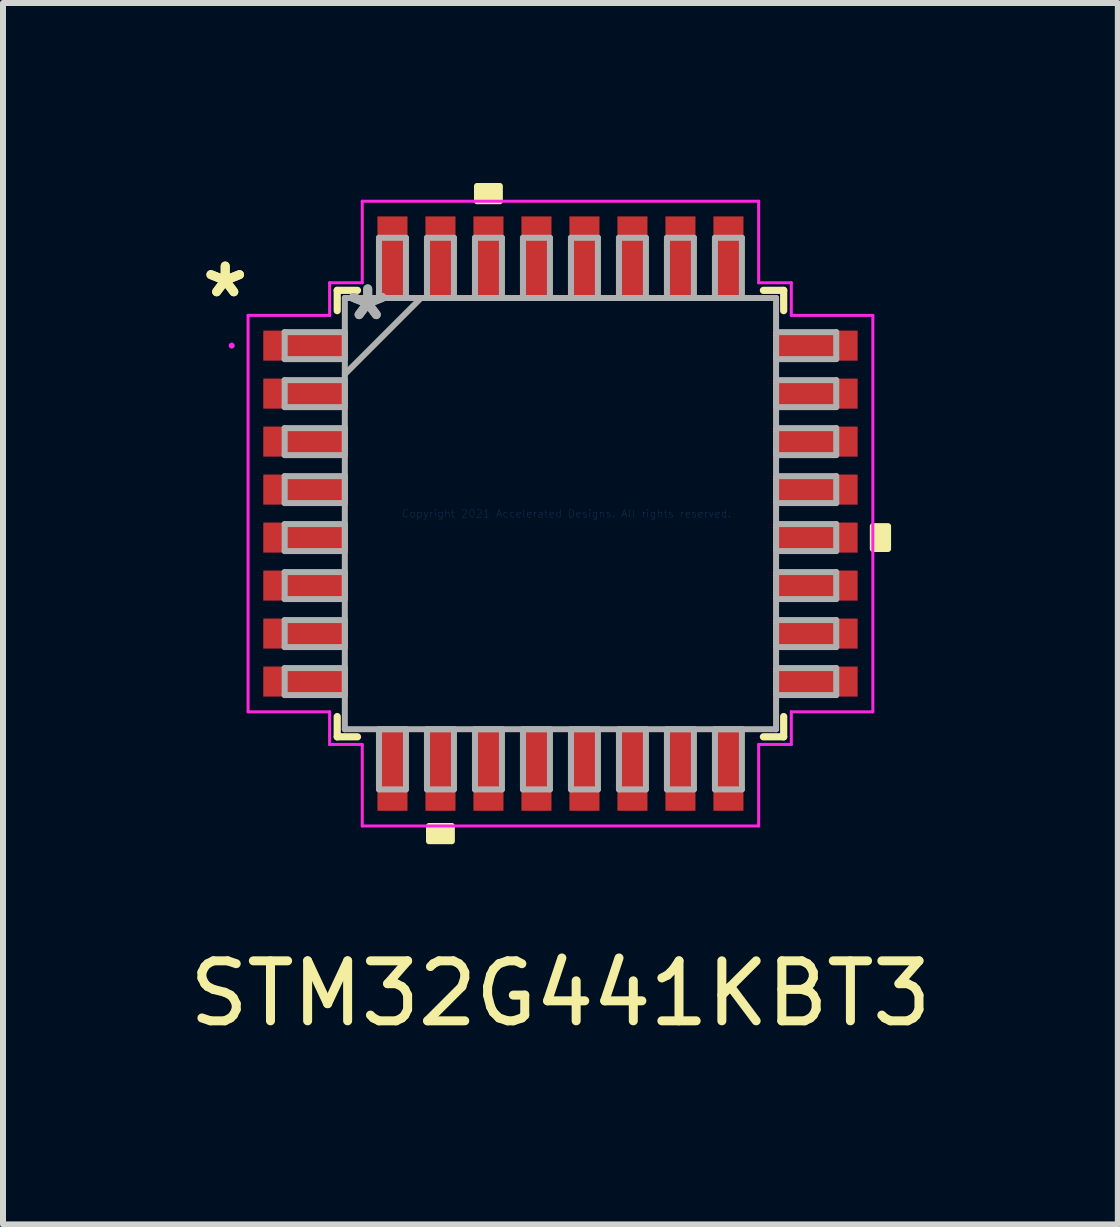
<source format=kicad_pcb>
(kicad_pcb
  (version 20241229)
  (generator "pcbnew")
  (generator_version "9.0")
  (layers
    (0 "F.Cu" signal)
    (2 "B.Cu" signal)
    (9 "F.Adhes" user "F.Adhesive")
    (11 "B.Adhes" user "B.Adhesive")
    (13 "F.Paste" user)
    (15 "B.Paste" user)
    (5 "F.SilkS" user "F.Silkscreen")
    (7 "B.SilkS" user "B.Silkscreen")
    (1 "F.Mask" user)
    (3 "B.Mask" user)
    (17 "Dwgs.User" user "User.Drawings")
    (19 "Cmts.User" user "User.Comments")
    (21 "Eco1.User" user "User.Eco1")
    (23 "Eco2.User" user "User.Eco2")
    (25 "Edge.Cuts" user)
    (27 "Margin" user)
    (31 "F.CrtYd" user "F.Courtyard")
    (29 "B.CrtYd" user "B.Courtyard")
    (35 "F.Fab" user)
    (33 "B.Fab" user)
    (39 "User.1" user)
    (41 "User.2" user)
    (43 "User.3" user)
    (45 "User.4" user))
  (footprint "STM32G441KBT3"
    (layer "F.Cu")
    (at 6.292 5.511)
    (property "Reference" "STM32G441KBT3" (at 0 8 0) (layer "F.SilkS") (effects (font (size 1 1) (thickness 0.15))))
    (attr through_hole)
    (fp_line (start -3.721 -3.721) (end -3.721 -3.383) (stroke (width 0.12) (type solid)) (layer "F.SilkS"))
    (fp_line (start -3.721 3.383) (end -3.721 3.721) (stroke (width 0.12) (type solid)) (layer "F.SilkS"))
    (fp_line (start -3.721 3.721) (end -3.383 3.721) (stroke (width 0.12) (type solid)) (layer "F.SilkS"))
    (fp_line (start -3.383 -3.721) (end -3.721 -3.721) (stroke (width 0.12) (type solid)) (layer "F.SilkS"))
    (fp_line (start 3.383 3.721) (end 3.721 3.721) (stroke (width 0.12) (type solid)) (layer "F.SilkS"))
    (fp_line (start 3.721 -3.721) (end 3.383 -3.721) (stroke (width 0.12) (type solid)) (layer "F.SilkS"))
    (fp_line (start 3.721 -3.383) (end 3.721 -3.721) (stroke (width 0.12) (type solid)) (layer "F.SilkS"))
    (fp_line (start 3.721 3.721) (end 3.721 3.383) (stroke (width 0.12) (type solid)) (layer "F.SilkS"))
    (fp_poly (pts (xy -2.191 5.207) (xy -2.191 5.461) (xy -1.81 5.461) (xy -1.81 5.207)) (stroke (width 0.1) (type solid)) (fill yes) (layer "F.SilkS"))
    (fp_poly (pts (xy -1.391 -5.207) (xy -1.391 -5.461) (xy -1.01 -5.461) (xy -1.01 -5.207)) (stroke (width 0.1) (type solid)) (fill yes) (layer "F.SilkS"))
    (fp_poly (pts (xy 5.461 0.209) (xy 5.461 0.59) (xy 5.207 0.59) (xy 5.207 0.209)) (stroke (width 0.1) (type solid)) (fill yes) (layer "F.SilkS"))
    (fp_line (start -5.207 -3.304) (end -3.848 -3.304) (stroke (width 0.05) (type solid)) (layer "F.CrtYd"))
    (fp_line (start -5.207 3.304) (end -5.207 -3.304) (stroke (width 0.05) (type solid)) (layer "F.CrtYd"))
    (fp_line (start -3.848 -3.848) (end -3.304 -3.848) (stroke (width 0.05) (type solid)) (layer "F.CrtYd"))
    (fp_line (start -3.848 -3.304) (end -3.848 -3.848) (stroke (width 0.05) (type solid)) (layer "F.CrtYd"))
    (fp_line (start -3.848 3.304) (end -5.207 3.304) (stroke (width 0.05) (type solid)) (layer "F.CrtYd"))
    (fp_line (start -3.848 3.848) (end -3.848 3.304) (stroke (width 0.05) (type solid)) (layer "F.CrtYd"))
    (fp_line (start -3.304 -5.207) (end 3.304 -5.207) (stroke (width 0.05) (type solid)) (layer "F.CrtYd"))
    (fp_line (start -3.304 -3.848) (end -3.304 -5.207) (stroke (width 0.05) (type solid)) (layer "F.CrtYd"))
    (fp_line (start -3.304 3.848) (end -3.848 3.848) (stroke (width 0.05) (type solid)) (layer "F.CrtYd"))
    (fp_line (start -3.304 5.207) (end -3.304 3.848) (stroke (width 0.05) (type solid)) (layer "F.CrtYd"))
    (fp_line (start 3.304 -5.207) (end 3.304 -3.848) (stroke (width 0.05) (type solid)) (layer "F.CrtYd"))
    (fp_line (start 3.304 -3.848) (end 3.848 -3.848) (stroke (width 0.05) (type solid)) (layer "F.CrtYd"))
    (fp_line (start 3.304 3.848) (end 3.304 5.207) (stroke (width 0.05) (type solid)) (layer "F.CrtYd"))
    (fp_line (start 3.304 5.207) (end -3.304 5.207) (stroke (width 0.05) (type solid)) (layer "F.CrtYd"))
    (fp_line (start 3.848 -3.848) (end 3.848 -3.304) (stroke (width 0.05) (type solid)) (layer "F.CrtYd"))
    (fp_line (start 3.848 -3.304) (end 5.207 -3.304) (stroke (width 0.05) (type solid)) (layer "F.CrtYd"))
    (fp_line (start 3.848 3.304) (end 3.848 3.848) (stroke (width 0.05) (type solid)) (layer "F.CrtYd"))
    (fp_line (start 3.848 3.848) (end 3.304 3.848) (stroke (width 0.05) (type solid)) (layer "F.CrtYd"))
    (fp_line (start 5.207 -3.304) (end 5.207 3.304) (stroke (width 0.05) (type solid)) (layer "F.CrtYd"))
    (fp_line (start 5.207 3.304) (end 3.848 3.304) (stroke (width 0.05) (type solid)) (layer "F.CrtYd"))
    (fp_circle (center -5.48 -2.8) (end -5.48 -2.8) (stroke (width 0.05) (type solid)) (fill no) (layer "F.CrtYd"))
    (fp_line (start -4.597 -3.025) (end -4.597 -2.575) (stroke (width 0.1) (type solid)) (layer "F.Fab"))
    (fp_line (start -4.597 -2.575) (end -3.594 -2.575) (stroke (width 0.1) (type solid)) (layer "F.Fab"))
    (fp_line (start -4.597 -2.225) (end -4.597 -1.775) (stroke (width 0.1) (type solid)) (layer "F.Fab"))
    (fp_line (start -4.597 -1.775) (end -3.594 -1.775) (stroke (width 0.1) (type solid)) (layer "F.Fab"))
    (fp_line (start -4.597 -1.425) (end -4.597 -0.975) (stroke (width 0.1) (type solid)) (layer "F.Fab"))
    (fp_line (start -4.597 -0.975) (end -3.594 -0.975) (stroke (width 0.1) (type solid)) (layer "F.Fab"))
    (fp_line (start -4.597 -0.625) (end -4.597 -0.175) (stroke (width 0.1) (type solid)) (layer "F.Fab"))
    (fp_line (start -4.597 -0.175) (end -3.594 -0.175) (stroke (width 0.1) (type solid)) (layer "F.Fab"))
    (fp_line (start -4.597 0.175) (end -4.597 0.625) (stroke (width 0.1) (type solid)) (layer "F.Fab"))
    (fp_line (start -4.597 0.625) (end -3.594 0.625) (stroke (width 0.1) (type solid)) (layer "F.Fab"))
    (fp_line (start -4.597 0.975) (end -4.597 1.425) (stroke (width 0.1) (type solid)) (layer "F.Fab"))
    (fp_line (start -4.597 1.425) (end -3.594 1.425) (stroke (width 0.1) (type solid)) (layer "F.Fab"))
    (fp_line (start -4.597 1.775) (end -4.597 2.225) (stroke (width 0.1) (type solid)) (layer "F.Fab"))
    (fp_line (start -4.597 2.225) (end -3.594 2.225) (stroke (width 0.1) (type solid)) (layer "F.Fab"))
    (fp_line (start -4.597 2.575) (end -4.597 3.025) (stroke (width 0.1) (type solid)) (layer "F.Fab"))
    (fp_line (start -4.597 3.025) (end -3.594 3.025) (stroke (width 0.1) (type solid)) (layer "F.Fab"))
    (fp_line (start -3.594 -3.594) (end -3.594 -3.594) (stroke (width 0.1) (type solid)) (layer "F.Fab"))
    (fp_line (start -3.594 -3.594) (end -3.594 3.594) (stroke (width 0.1) (type solid)) (layer "F.Fab"))
    (fp_line (start -3.594 -3.025) (end -4.597 -3.025) (stroke (width 0.1) (type solid)) (layer "F.Fab"))
    (fp_line (start -3.594 -2.575) (end -3.594 -3.025) (stroke (width 0.1) (type solid)) (layer "F.Fab"))
    (fp_line (start -3.594 -2.324) (end -2.324 -3.594) (stroke (width 0.1) (type solid)) (layer "F.Fab"))
    (fp_line (start -3.594 -2.225) (end -4.597 -2.225) (stroke (width 0.1) (type solid)) (layer "F.Fab"))
    (fp_line (start -3.594 -1.775) (end -3.594 -2.225) (stroke (width 0.1) (type solid)) (layer "F.Fab"))
    (fp_line (start -3.594 -1.425) (end -4.597 -1.425) (stroke (width 0.1) (type solid)) (layer "F.Fab"))
    (fp_line (start -3.594 -0.975) (end -3.594 -1.425) (stroke (width 0.1) (type solid)) (layer "F.Fab"))
    (fp_line (start -3.594 -0.625) (end -4.597 -0.625) (stroke (width 0.1) (type solid)) (layer "F.Fab"))
    (fp_line (start -3.594 -0.175) (end -3.594 -0.625) (stroke (width 0.1) (type solid)) (layer "F.Fab"))
    (fp_line (start -3.594 0.175) (end -4.597 0.175) (stroke (width 0.1) (type solid)) (layer "F.Fab"))
    (fp_line (start -3.594 0.625) (end -3.594 0.175) (stroke (width 0.1) (type solid)) (layer "F.Fab"))
    (fp_line (start -3.594 0.975) (end -4.597 0.975) (stroke (width 0.1) (type solid)) (layer "F.Fab"))
    (fp_line (start -3.594 1.425) (end -3.594 0.975) (stroke (width 0.1) (type solid)) (layer "F.Fab"))
    (fp_line (start -3.594 1.775) (end -4.597 1.775) (stroke (width 0.1) (type solid)) (layer "F.Fab"))
    (fp_line (start -3.594 2.225) (end -3.594 1.775) (stroke (width 0.1) (type solid)) (layer "F.Fab"))
    (fp_line (start -3.594 2.575) (end -4.597 2.575) (stroke (width 0.1) (type solid)) (layer "F.Fab"))
    (fp_line (start -3.594 3.025) (end -3.594 2.575) (stroke (width 0.1) (type solid)) (layer "F.Fab"))
    (fp_line (start -3.594 3.594) (end -3.594 3.594) (stroke (width 0.1) (type solid)) (layer "F.Fab"))
    (fp_line (start -3.594 3.594) (end 3.594 3.594) (stroke (width 0.1) (type solid)) (layer "F.Fab"))
    (fp_line (start -3.025 -4.597) (end -3.025 -3.594) (stroke (width 0.1) (type solid)) (layer "F.Fab"))
    (fp_line (start -3.025 -3.594) (end -2.575 -3.594) (stroke (width 0.1) (type solid)) (layer "F.Fab"))
    (fp_line (start -3.025 3.594) (end -3.025 4.597) (stroke (width 0.1) (type solid)) (layer "F.Fab"))
    (fp_line (start -3.025 4.597) (end -2.575 4.597) (stroke (width 0.1) (type solid)) (layer "F.Fab"))
    (fp_line (start -2.575 3.594) (end -3.025 3.594) (stroke (width 0.1) (type solid)) (layer "F.Fab"))
    (fp_line (start -2.575 4.597) (end -2.575 3.594) (stroke (width 0.1) (type solid)) (layer "F.Fab"))
    (fp_line (start -2.575 -4.597) (end -3.025 -4.597) (stroke (width 0.1) (type solid)) (layer "F.Fab"))
    (fp_line (start -2.575 -3.594) (end -2.575 -4.597) (stroke (width 0.1) (type solid)) (layer "F.Fab"))
    (fp_line (start -2.225 -4.597) (end -2.225 -3.594) (stroke (width 0.1) (type solid)) (layer "F.Fab"))
    (fp_line (start -2.225 -3.594) (end -1.775 -3.594) (stroke (width 0.1) (type solid)) (layer "F.Fab"))
    (fp_line (start -2.225 3.594) (end -2.225 4.597) (stroke (width 0.1) (type solid)) (layer "F.Fab"))
    (fp_line (start -2.225 4.597) (end -1.775 4.597) (stroke (width 0.1) (type solid)) (layer "F.Fab"))
    (fp_line (start -1.775 -4.597) (end -2.225 -4.597) (stroke (width 0.1) (type solid)) (layer "F.Fab"))
    (fp_line (start -1.775 -3.594) (end -1.775 -4.597) (stroke (width 0.1) (type solid)) (layer "F.Fab"))
    (fp_line (start -1.775 3.594) (end -2.225 3.594) (stroke (width 0.1) (type solid)) (layer "F.Fab"))
    (fp_line (start -1.775 4.597) (end -1.775 3.594) (stroke (width 0.1) (type solid)) (layer "F.Fab"))
    (fp_line (start -1.425 -4.597) (end -1.425 -3.594) (stroke (width 0.1) (type solid)) (layer "F.Fab"))
    (fp_line (start -1.425 -3.594) (end -0.975 -3.594) (stroke (width 0.1) (type solid)) (layer "F.Fab"))
    (fp_line (start -1.425 3.594) (end -1.425 4.597) (stroke (width 0.1) (type solid)) (layer "F.Fab"))
    (fp_line (start -1.425 4.597) (end -0.975 4.597) (stroke (width 0.1) (type solid)) (layer "F.Fab"))
    (fp_line (start -0.975 -4.597) (end -1.425 -4.597) (stroke (width 0.1) (type solid)) (layer "F.Fab"))
    (fp_line (start -0.975 -3.594) (end -0.975 -4.597) (stroke (width 0.1) (type solid)) (layer "F.Fab"))
    (fp_line (start -0.975 3.594) (end -1.425 3.594) (stroke (width 0.1) (type solid)) (layer "F.Fab"))
    (fp_line (start -0.975 4.597) (end -0.975 3.594) (stroke (width 0.1) (type solid)) (layer "F.Fab"))
    (fp_line (start -0.625 -4.597) (end -0.625 -3.594) (stroke (width 0.1) (type solid)) (layer "F.Fab"))
    (fp_line (start -0.625 -3.594) (end -0.175 -3.594) (stroke (width 0.1) (type solid)) (layer "F.Fab"))
    (fp_line (start -0.625 3.594) (end -0.625 4.597) (stroke (width 0.1) (type solid)) (layer "F.Fab"))
    (fp_line (start -0.625 4.597) (end -0.175 4.597) (stroke (width 0.1) (type solid)) (layer "F.Fab"))
    (fp_line (start -0.175 -4.597) (end -0.625 -4.597) (stroke (width 0.1) (type solid)) (layer "F.Fab"))
    (fp_line (start -0.175 -3.594) (end -0.175 -4.597) (stroke (width 0.1) (type solid)) (layer "F.Fab"))
    (fp_line (start -0.175 3.594) (end -0.625 3.594) (stroke (width 0.1) (type solid)) (layer "F.Fab"))
    (fp_line (start -0.175 4.597) (end -0.175 3.594) (stroke (width 0.1) (type solid)) (layer "F.Fab"))
    (fp_line (start 0.175 -4.597) (end 0.175 -3.594) (stroke (width 0.1) (type solid)) (layer "F.Fab"))
    (fp_line (start 0.175 -3.594) (end 0.625 -3.594) (stroke (width 0.1) (type solid)) (layer "F.Fab"))
    (fp_line (start 0.175 3.594) (end 0.175 4.597) (stroke (width 0.1) (type solid)) (layer "F.Fab"))
    (fp_line (start 0.175 4.597) (end 0.625 4.597) (stroke (width 0.1) (type solid)) (layer "F.Fab"))
    (fp_line (start 0.625 -4.597) (end 0.175 -4.597) (stroke (width 0.1) (type solid)) (layer "F.Fab"))
    (fp_line (start 0.625 -3.594) (end 0.625 -4.597) (stroke (width 0.1) (type solid)) (layer "F.Fab"))
    (fp_line (start 0.625 3.594) (end 0.175 3.594) (stroke (width 0.1) (type solid)) (layer "F.Fab"))
    (fp_line (start 0.625 4.597) (end 0.625 3.594) (stroke (width 0.1) (type solid)) (layer "F.Fab"))
    (fp_line (start 0.975 -4.597) (end 0.975 -3.594) (stroke (width 0.1) (type solid)) (layer "F.Fab"))
    (fp_line (start 0.975 -3.594) (end 1.425 -3.594) (stroke (width 0.1) (type solid)) (layer "F.Fab"))
    (fp_line (start 0.975 3.594) (end 0.975 4.597) (stroke (width 0.1) (type solid)) (layer "F.Fab"))
    (fp_line (start 0.975 4.597) (end 1.425 4.597) (stroke (width 0.1) (type solid)) (layer "F.Fab"))
    (fp_line (start 1.425 -4.597) (end 0.975 -4.597) (stroke (width 0.1) (type solid)) (layer "F.Fab"))
    (fp_line (start 1.425 -3.594) (end 1.425 -4.597) (stroke (width 0.1) (type solid)) (layer "F.Fab"))
    (fp_line (start 1.425 3.594) (end 0.975 3.594) (stroke (width 0.1) (type solid)) (layer "F.Fab"))
    (fp_line (start 1.425 4.597) (end 1.425 3.594) (stroke (width 0.1) (type solid)) (layer "F.Fab"))
    (fp_line (start 1.775 -4.597) (end 1.775 -3.594) (stroke (width 0.1) (type solid)) (layer "F.Fab"))
    (fp_line (start 1.775 -3.594) (end 2.225 -3.594) (stroke (width 0.1) (type solid)) (layer "F.Fab"))
    (fp_line (start 1.775 3.594) (end 1.775 4.597) (stroke (width 0.1) (type solid)) (layer "F.Fab"))
    (fp_line (start 1.775 4.597) (end 2.225 4.597) (stroke (width 0.1) (type solid)) (layer "F.Fab"))
    (fp_line (start 2.225 -4.597) (end 1.775 -4.597) (stroke (width 0.1) (type solid)) (layer "F.Fab"))
    (fp_line (start 2.225 -3.594) (end 2.225 -4.597) (stroke (width 0.1) (type solid)) (layer "F.Fab"))
    (fp_line (start 2.225 3.594) (end 1.775 3.594) (stroke (width 0.1) (type solid)) (layer "F.Fab"))
    (fp_line (start 2.225 4.597) (end 2.225 3.594) (stroke (width 0.1) (type solid)) (layer "F.Fab"))
    (fp_line (start 2.575 3.594) (end 2.575 4.597) (stroke (width 0.1) (type solid)) (layer "F.Fab"))
    (fp_line (start 2.575 4.597) (end 3.025 4.597) (stroke (width 0.1) (type solid)) (layer "F.Fab"))
    (fp_line (start 2.575 -4.597) (end 2.575 -3.594) (stroke (width 0.1) (type solid)) (layer "F.Fab"))
    (fp_line (start 2.575 -3.594) (end 3.025 -3.594) (stroke (width 0.1) (type solid)) (layer "F.Fab"))
    (fp_line (start 3.025 -4.597) (end 2.575 -4.597) (stroke (width 0.1) (type solid)) (layer "F.Fab"))
    (fp_line (start 3.025 -3.594) (end 3.025 -4.597) (stroke (width 0.1) (type solid)) (layer "F.Fab"))
    (fp_line (start 3.025 3.594) (end 2.575 3.594) (stroke (width 0.1) (type solid)) (layer "F.Fab"))
    (fp_line (start 3.025 4.597) (end 3.025 3.594) (stroke (width 0.1) (type solid)) (layer "F.Fab"))
    (fp_line (start 3.594 -3.594) (end -3.594 -3.594) (stroke (width 0.1) (type solid)) (layer "F.Fab"))
    (fp_line (start 3.594 -3.594) (end 3.594 -3.594) (stroke (width 0.1) (type solid)) (layer "F.Fab"))
    (fp_line (start 3.594 -3.025) (end 3.594 -2.575) (stroke (width 0.1) (type solid)) (layer "F.Fab"))
    (fp_line (start 3.594 -2.575) (end 4.597 -2.575) (stroke (width 0.1) (type solid)) (layer "F.Fab"))
    (fp_line (start 3.594 -2.225) (end 3.594 -1.775) (stroke (width 0.1) (type solid)) (layer "F.Fab"))
    (fp_line (start 3.594 -1.775) (end 4.597 -1.775) (stroke (width 0.1) (type solid)) (layer "F.Fab"))
    (fp_line (start 3.594 -1.425) (end 3.594 -0.975) (stroke (width 0.1) (type solid)) (layer "F.Fab"))
    (fp_line (start 3.594 -0.975) (end 4.597 -0.975) (stroke (width 0.1) (type solid)) (layer "F.Fab"))
    (fp_line (start 3.594 -0.625) (end 3.594 -0.175) (stroke (width 0.1) (type solid)) (layer "F.Fab"))
    (fp_line (start 3.594 -0.175) (end 4.597 -0.175) (stroke (width 0.1) (type solid)) (layer "F.Fab"))
    (fp_line (start 3.594 0.175) (end 3.594 0.625) (stroke (width 0.1) (type solid)) (layer "F.Fab"))
    (fp_line (start 3.594 0.625) (end 4.597 0.625) (stroke (width 0.1) (type solid)) (layer "F.Fab"))
    (fp_line (start 3.594 0.975) (end 3.594 1.425) (stroke (width 0.1) (type solid)) (layer "F.Fab"))
    (fp_line (start 3.594 1.425) (end 4.597 1.425) (stroke (width 0.1) (type solid)) (layer "F.Fab"))
    (fp_line (start 3.594 1.775) (end 3.594 2.225) (stroke (width 0.1) (type solid)) (layer "F.Fab"))
    (fp_line (start 3.594 2.225) (end 4.597 2.225) (stroke (width 0.1) (type solid)) (layer "F.Fab"))
    (fp_line (start 3.594 2.575) (end 3.594 3.025) (stroke (width 0.1) (type solid)) (layer "F.Fab"))
    (fp_line (start 3.594 3.025) (end 4.597 3.025) (stroke (width 0.1) (type solid)) (layer "F.Fab"))
    (fp_line (start 3.594 3.594) (end 3.594 -3.594) (stroke (width 0.1) (type solid)) (layer "F.Fab"))
    (fp_line (start 3.594 3.594) (end 3.594 3.594) (stroke (width 0.1) (type solid)) (layer "F.Fab"))
    (fp_line (start 4.597 -3.025) (end 3.594 -3.025) (stroke (width 0.1) (type solid)) (layer "F.Fab"))
    (fp_line (start 4.597 -2.575) (end 4.597 -3.025) (stroke (width 0.1) (type solid)) (layer "F.Fab"))
    (fp_line (start 4.597 -2.225) (end 3.594 -2.225) (stroke (width 0.1) (type solid)) (layer "F.Fab"))
    (fp_line (start 4.597 -1.775) (end 4.597 -2.225) (stroke (width 0.1) (type solid)) (layer "F.Fab"))
    (fp_line (start 4.597 -1.425) (end 3.594 -1.425) (stroke (width 0.1) (type solid)) (layer "F.Fab"))
    (fp_line (start 4.597 -0.975) (end 4.597 -1.425) (stroke (width 0.1) (type solid)) (layer "F.Fab"))
    (fp_line (start 4.597 -0.625) (end 3.594 -0.625) (stroke (width 0.1) (type solid)) (layer "F.Fab"))
    (fp_line (start 4.597 -0.175) (end 4.597 -0.625) (stroke (width 0.1) (type solid)) (layer "F.Fab"))
    (fp_line (start 4.597 0.175) (end 3.594 0.175) (stroke (width 0.1) (type solid)) (layer "F.Fab"))
    (fp_line (start 4.597 0.625) (end 4.597 0.175) (stroke (width 0.1) (type solid)) (layer "F.Fab"))
    (fp_line (start 4.597 0.975) (end 3.594 0.975) (stroke (width 0.1) (type solid)) (layer "F.Fab"))
    (fp_line (start 4.597 1.425) (end 4.597 0.975) (stroke (width 0.1) (type solid)) (layer "F.Fab"))
    (fp_line (start 4.597 1.775) (end 3.594 1.775) (stroke (width 0.1) (type solid)) (layer "F.Fab"))
    (fp_line (start 4.597 2.225) (end 4.597 1.775) (stroke (width 0.1) (type solid)) (layer "F.Fab"))
    (fp_line (start 4.597 2.575) (end 3.594 2.575) (stroke (width 0.1) (type solid)) (layer "F.Fab"))
    (fp_line (start 4.597 3.025) (end 4.597 2.575) (stroke (width 0.1) (type solid)) (layer "F.Fab"))
    (fp_text user "*" (at -5.588 -3.581 0) (layer "F.SilkS") (effects (font (size 1 1) (thickness 0.15))))
    (fp_text user "*" (at -5.588 -3.581 0) (layer "F.SilkS") (effects (font (size 1 1) (thickness 0.15))))
    (fp_text user "Copyright 2021 Accelerated Designs. All rights reserved." (at 0.1 0 0) (layer "Cmts.User") (effects (font (size 0.127 0.127) (thickness 0.002))))
    (fp_text user "*" (at -3.213 -3.2 0) (layer "F.Fab") (effects (font (size 1 1) (thickness 0.15))))
    (fp_text user "*" (at -3.213 -3.2 0) (layer "F.Fab") (effects (font (size 1 1) (thickness 0.15))))
    (pad "1" smd rect (at -4.274 -2.8 90) (size 0.501 1.359) (layers "F.Cu" "F.Mask" "F.Paste"))
    (pad "2" smd rect (at -4.274 -2 90) (size 0.501 1.359) (layers "F.Cu" "F.Mask" "F.Paste"))
    (pad "3" smd rect (at -4.274 -1.2 90) (size 0.501 1.359) (layers "F.Cu" "F.Mask" "F.Paste"))
    (pad "4" smd rect (at -4.274 -0.4 90) (size 0.501 1.359) (layers "F.Cu" "F.Mask" "F.Paste"))
    (pad "5" smd rect (at -4.274 0.4 90) (size 0.501 1.359) (layers "F.Cu" "F.Mask" "F.Paste"))
    (pad "6" smd rect (at -4.274 1.2 90) (size 0.501 1.359) (layers "F.Cu" "F.Mask" "F.Paste"))
    (pad "7" smd rect (at -4.274 2 90) (size 0.501 1.359) (layers "F.Cu" "F.Mask" "F.Paste"))
    (pad "8" smd rect (at -4.274 2.8 90) (size 0.501 1.359) (layers "F.Cu" "F.Mask" "F.Paste"))
    (pad "9" smd rect (at -2.8 4.274) (size 0.501 1.359) (layers "F.Cu" "F.Mask" "F.Paste"))
    (pad "10" smd rect (at -2 4.274) (size 0.501 1.359) (layers "F.Cu" "F.Mask" "F.Paste"))
    (pad "11" smd rect (at -1.2 4.274) (size 0.501 1.359) (layers "F.Cu" "F.Mask" "F.Paste"))
    (pad "12" smd rect (at -0.4 4.274) (size 0.501 1.359) (layers "F.Cu" "F.Mask" "F.Paste"))
    (pad "13" smd rect (at 0.4 4.274) (size 0.501 1.359) (layers "F.Cu" "F.Mask" "F.Paste"))
    (pad "14" smd rect (at 1.2 4.274) (size 0.501 1.359) (layers "F.Cu" "F.Mask" "F.Paste"))
    (pad "15" smd rect (at 2 4.274) (size 0.501 1.359) (layers "F.Cu" "F.Mask" "F.Paste"))
    (pad "16" smd rect (at 2.8 4.274) (size 0.501 1.359) (layers "F.Cu" "F.Mask" "F.Paste"))
    (pad "17" smd rect (at 4.274 2.8 90) (size 0.501 1.359) (layers "F.Cu" "F.Mask" "F.Paste"))
    (pad "18" smd rect (at 4.274 2 90) (size 0.501 1.359) (layers "F.Cu" "F.Mask" "F.Paste"))
    (pad "19" smd rect (at 4.274 1.2 90) (size 0.501 1.359) (layers "F.Cu" "F.Mask" "F.Paste"))
    (pad "20" smd rect (at 4.274 0.4 90) (size 0.501 1.359) (layers "F.Cu" "F.Mask" "F.Paste"))
    (pad "21" smd rect (at 4.274 -0.4 90) (size 0.501 1.359) (layers "F.Cu" "F.Mask" "F.Paste"))
    (pad "22" smd rect (at 4.274 -1.2 90) (size 0.501 1.359) (layers "F.Cu" "F.Mask" "F.Paste"))
    (pad "23" smd rect (at 4.274 -2 90) (size 0.501 1.359) (layers "F.Cu" "F.Mask" "F.Paste"))
    (pad "24" smd rect (at 4.274 -2.8 90) (size 0.501 1.359) (layers "F.Cu" "F.Mask" "F.Paste"))
    (pad "25" smd rect (at 2.8 -4.274) (size 0.501 1.359) (layers "F.Cu" "F.Mask" "F.Paste"))
    (pad "26" smd rect (at 2 -4.274) (size 0.501 1.359) (layers "F.Cu" "F.Mask" "F.Paste"))
    (pad "27" smd rect (at 1.2 -4.274) (size 0.501 1.359) (layers "F.Cu" "F.Mask" "F.Paste"))
    (pad "28" smd rect (at 0.4 -4.274) (size 0.501 1.359) (layers "F.Cu" "F.Mask" "F.Paste"))
    (pad "29" smd rect (at -0.4 -4.274) (size 0.501 1.359) (layers "F.Cu" "F.Mask" "F.Paste"))
    (pad "30" smd rect (at -1.2 -4.274) (size 0.501 1.359) (layers "F.Cu" "F.Mask" "F.Paste"))
    (pad "31" smd rect (at -2 -4.274) (size 0.501 1.359) (layers "F.Cu" "F.Mask" "F.Paste"))
    (pad "32" smd rect (at -2.8 -4.274) (size 0.501 1.359) (layers "F.Cu" "F.Mask" "F.Paste")))
  (gr_rect
    (start -3 -3)
    (end 15.583 17.359)
    (stroke (width 0.1) (type default))
    (fill no)
    (layer "Edge.Cuts")))
</source>
